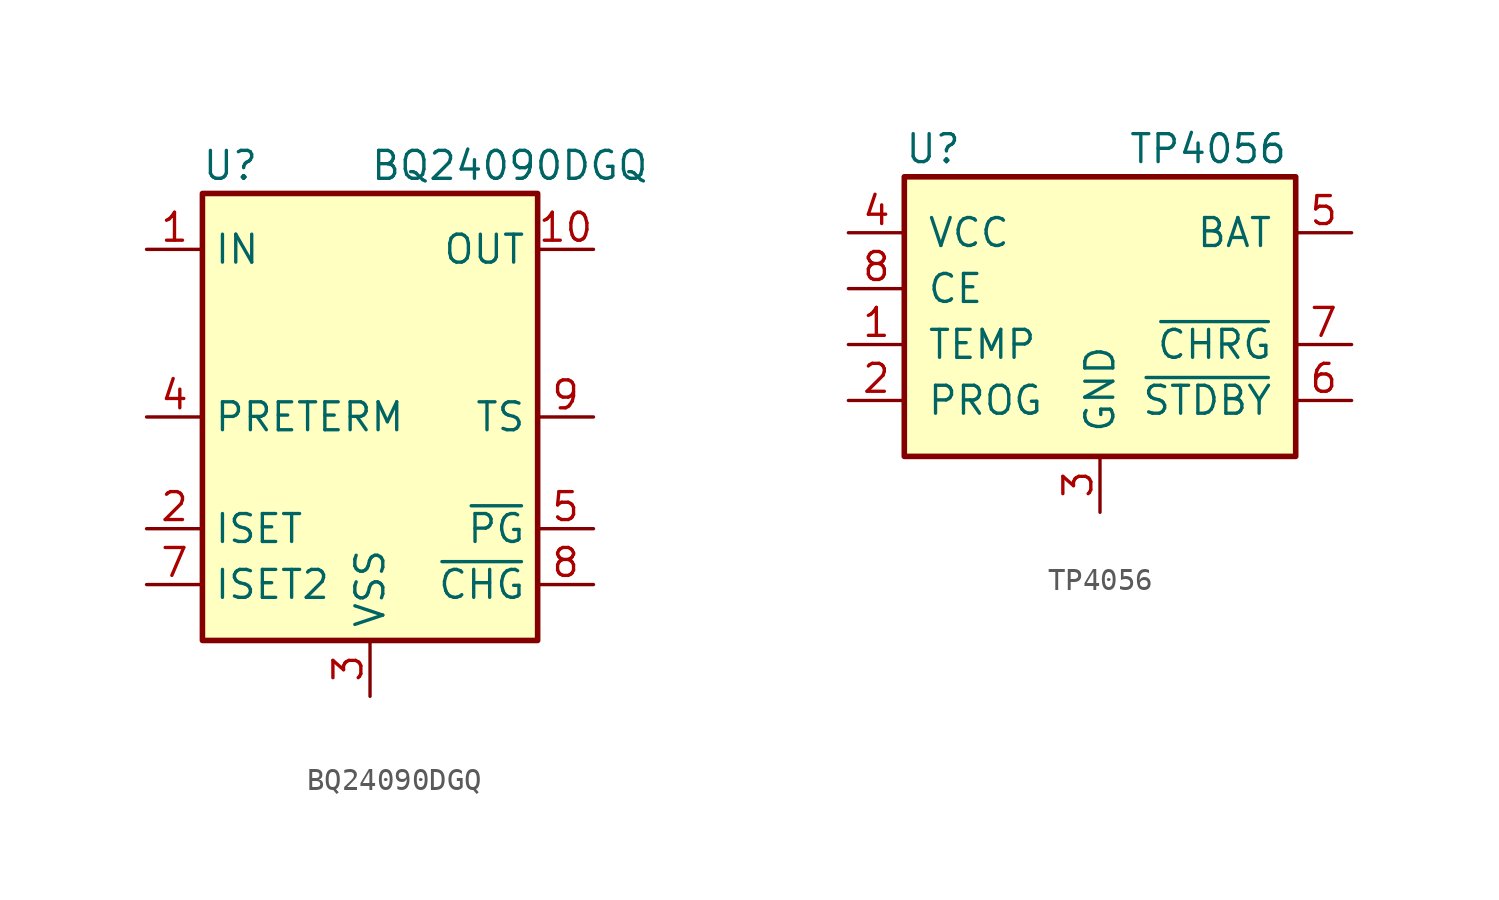
<source format=kicad_sym>
(kicad_symbol_lib
  (version 20220914)
  (generator kicad_symbol_editor)
  (symbol "BQ24090DGQ"
    (property "Reference" "U"
      (at -6.35 11.43 0)
      (effects (font (size 1.27 1.27))))
    (property "Value" "BQ24090DGQ"
      (at 6.35 11.43 0)
      (effects (font (size 1.27 1.27))))
    (symbol "BQ24090DGQ_0_1"
      (rectangle (start -7.62 10.16) (end 7.62 -10.16) (stroke (width 0.254) (type default)) (fill (type background))))
    (symbol "BQ24090DGQ_1_1"
      (pin input line (at -10.16 7.62 0) (length 2.54) (name "IN" (effects (font (size 1.27 1.27)))) (number "1" (effects (font (size 1.27 1.27)))))
      (pin output line (at 10.16 7.62 180) (length 2.54) (name "OUT" (effects (font (size 1.27 1.27)))) (number "10" (effects (font (size 1.27 1.27)))))
      (pin passive line (at 0 -12.7 90) (length 2.54) hide (name "PAD" (effects (font (size 1.27 1.27)))) (number "11" (effects (font (size 1.27 1.27)))))
      (pin input line (at -10.16 -5.08 0) (length 2.54) (name "ISET" (effects (font (size 1.27 1.27)))) (number "2" (effects (font (size 1.27 1.27)))))
      (pin power_in line (at 0 -12.7 90) (length 2.54) (name "VSS" (effects (font (size 1.27 1.27)))) (number "3" (effects (font (size 1.27 1.27)))))
      (pin input line (at -10.16 0 0) (length 2.54) (name "PRETERM" (effects (font (size 1.27 1.27)))) (number "4" (effects (font (size 1.27 1.27)))))
      (pin output line (at 10.16 -5.08 180) (length 2.54) (name "~{PG}" (effects (font (size 1.27 1.27)))) (number "5" (effects (font (size 1.27 1.27)))))
      (pin passive line (at 10.16 -2.54 180) (length 2.54) hide (name "NC" (effects (font (size 1.27 1.27)))) (number "6" (effects (font (size 1.27 1.27)))))
      (pin input line (at -10.16 -7.62 0) (length 2.54) (name "ISET2" (effects (font (size 1.27 1.27)))) (number "7" (effects (font (size 1.27 1.27)))))
      (pin output line (at 10.16 -7.62 180) (length 2.54) (name "~{CHG}" (effects (font (size 1.27 1.27)))) (number "8" (effects (font (size 1.27 1.27)))))
      (pin input line (at 10.16 0 180) (length 2.54) (name "TS" (effects (font (size 1.27 1.27)))) (number "9" (effects (font (size 1.27 1.27)))))))
  (symbol "TP4056"
    (pin_names
      (offset 1.016))
    (property "Reference" "U"
      (at -8.89 6.35 0)
      (effects (font (size 1.27 1.27)) (justify left)))
    (property "Value" "TP4056"
      (at 1.27 6.35 0)
      (effects (font (size 1.27 1.27)) (justify left)))
    (symbol "TP4056_0_1"
      (rectangle (start -8.89 5.08) (end 8.89 -7.62) (stroke (width 0.254) (type default)) (fill (type background))))
    (symbol "TP4056_1_1"
      (pin input line (at -11.43 -2.54 0) (length 2.54) (name "TEMP" (effects (font (size 1.27 1.27)))) (number "1" (effects (font (size 1.27 1.27)))))
      (pin input line (at -11.43 -5.08 0) (length 2.54) (name "PROG" (effects (font (size 1.27 1.27)))) (number "2" (effects (font (size 1.27 1.27)))))
      (pin power_in line (at 0 -10.16 90) (length 2.54) (name "GND" (effects (font (size 1.27 1.27)))) (number "3" (effects (font (size 1.27 1.27)))))
      (pin power_in line (at -11.43 2.54 0) (length 2.54) (name "VCC" (effects (font (size 1.27 1.27)))) (number "4" (effects (font (size 1.27 1.27)))))
      (pin power_out line (at 11.43 2.54 180) (length 2.54) (name "BAT" (effects (font (size 1.27 1.27)))) (number "5" (effects (font (size 1.27 1.27)))))
      (pin open_collector line (at 11.43 -5.08 180) (length 2.54) (name "~{STDBY}" (effects (font (size 1.27 1.27)))) (number "6" (effects (font (size 1.27 1.27)))))
      (pin open_collector line (at 11.43 -2.54 180) (length 2.54) (name "~{CHRG}" (effects (font (size 1.27 1.27)))) (number "7" (effects (font (size 1.27 1.27)))))
      (pin input line (at -11.43 0 0) (length 2.54) (name "CE" (effects (font (size 1.27 1.27)))) (number "8" (effects (font (size 1.27 1.27))))))))
</source>
